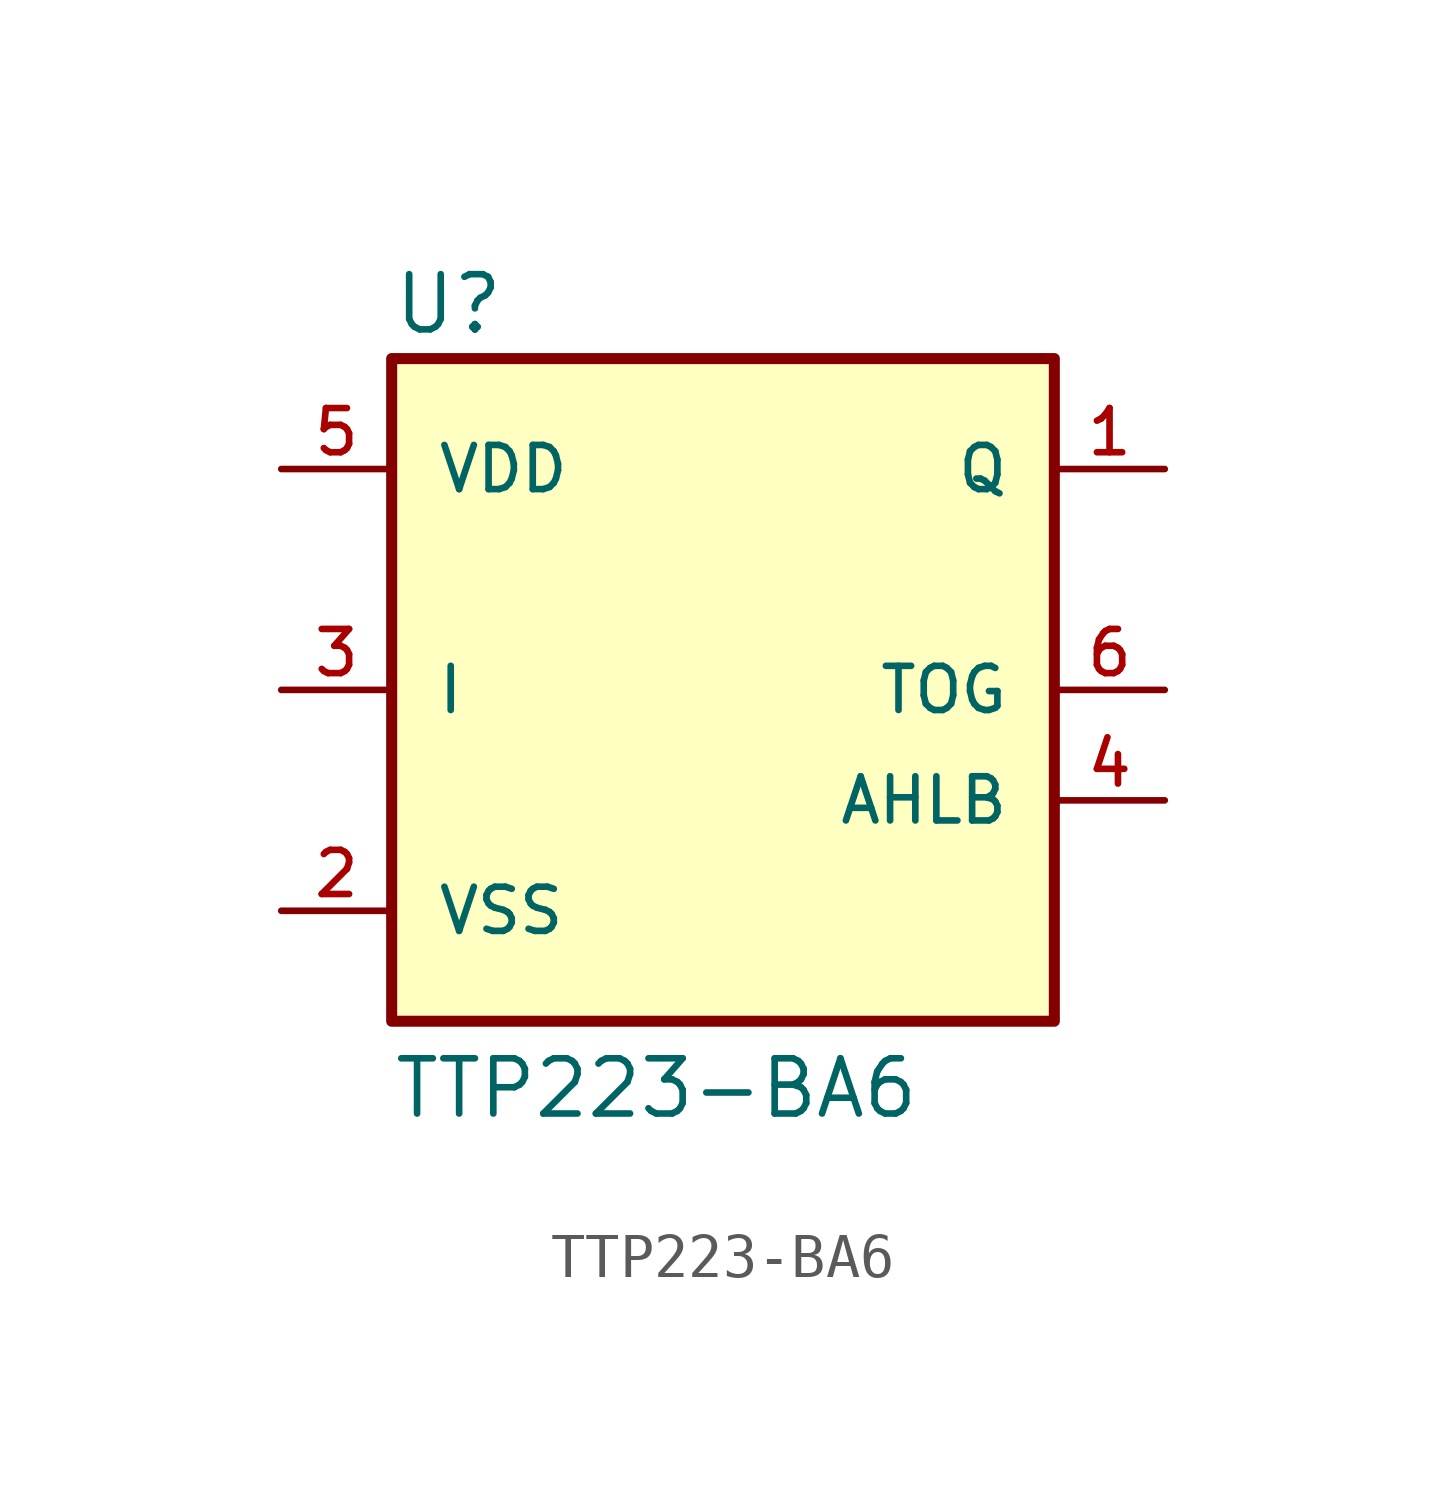
<source format=kicad_sym>
(kicad_symbol_lib
  (version 20211014)
  (generator kicad_symbol_editor)
  (symbol "TTP223-BA6"
    (pin_names
      (offset 1.016))
    (property "Reference" "U"
      (at -7.62 8.128 0)
      (effects (font (size 1.27 1.27)) (justify bottom left)))
    (property "Value" "TTP223-BA6"
      (at -7.62 -9.906 0)
      (effects (font (size 1.27 1.27)) (justify bottom left)))
    (symbol "TTP223-BA6_0_0"
      (rectangle (start -7.62 -7.62) (end 7.62 7.62) (stroke (width 0.254)) (fill (type background)))
      (pin input line (at 10.16 0.0 180.0) (length 2.54) (name "TOG" (effects (font (size 1.016 1.016)))) (number "6" (effects (font (size 1.016 1.016)))))
      (pin power_in line (at -10.16 5.08 0) (length 2.54) (name "VDD" (effects (font (size 1.016 1.016)))) (number "5" (effects (font (size 1.016 1.016)))))
      (pin input line (at 10.16 -2.54 180.0) (length 2.54) (name "AHLB" (effects (font (size 1.016 1.016)))) (number "4" (effects (font (size 1.016 1.016)))))
      (pin output line (at 10.16 5.08 180.0) (length 2.54) (name "Q" (effects (font (size 1.016 1.016)))) (number "1" (effects (font (size 1.016 1.016)))))
      (pin power_in line (at -10.16 -5.08 0) (length 2.54) (name "VSS" (effects (font (size 1.016 1.016)))) (number "2" (effects (font (size 1.016 1.016)))))
      (pin bidirectional line (at -10.16 0.0 0) (length 2.54) (name "I" (effects (font (size 1.016 1.016)))) (number "3" (effects (font (size 1.016 1.016))))))))
</source>
